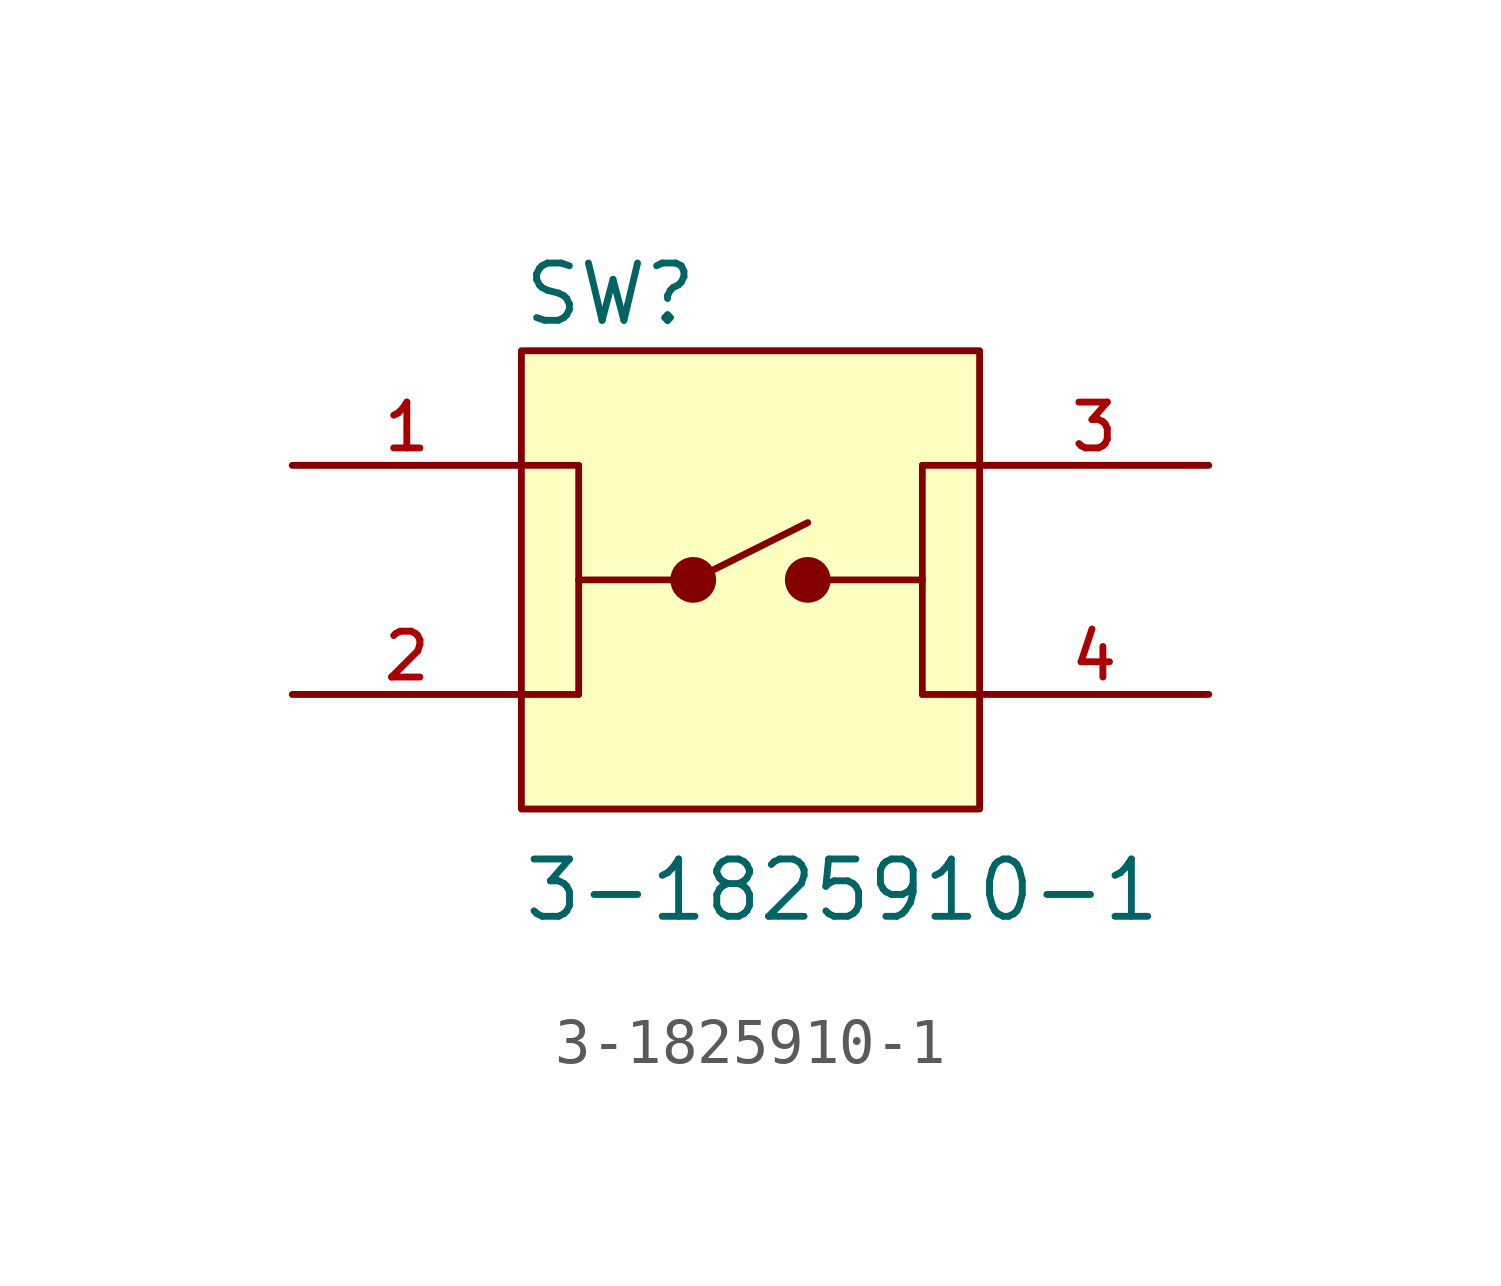
<source format=kicad_sym>
(kicad_symbol_lib
  (version 20211014)
  (generator kicad_symbol_editor)
  (symbol "3-1825910-1"
    (pin_names
      (offset 1.016))
    (property "Reference" "SW"
      (at -5.084 5.592 0)
      (effects (font (size 1.27 1.27)) (justify bottom left)))
    (property "Value" "3-1825910-1"
      (at -5.081 -7.622 0)
      (effects (font (size 1.27 1.27)) (justify bottom left)))
    (symbol "3-1825910-1_0_0"
      (polyline (pts (xy -1.27 0.0) (xy 1.27 1.27)) (stroke (width 0.152)))
      (circle (center -1.27 0.0) (radius 0.254) (stroke (width 0.508)) (fill (type none)))
      (circle (center 1.27 0.0) (radius 0.254) (stroke (width 0.508)) (fill (type none)))
      (polyline (pts (xy -5.08 2.54) (xy -3.81 2.54)) (stroke (width 0.15)))
      (polyline (pts (xy -3.81 2.54) (xy -3.81 0.0)) (stroke (width 0.15)))
      (polyline (pts (xy -3.81 0.0) (xy -3.81 -2.54)) (stroke (width 0.15)))
      (polyline (pts (xy -3.81 -2.54) (xy -5.08 -2.54)) (stroke (width 0.15)))
      (polyline (pts (xy -3.81 0.0) (xy -1.27 0.0)) (stroke (width 0.15)))
      (polyline (pts (xy 1.27 0.0) (xy 3.81 0.0)) (stroke (width 0.15)))
      (polyline (pts (xy 3.81 0.0) (xy 3.81 2.54)) (stroke (width 0.15)))
      (polyline (pts (xy 3.81 2.54) (xy 5.08 2.54)) (stroke (width 0.15)))
      (polyline (pts (xy 3.81 0.0) (xy 3.81 -2.54)) (stroke (width 0.15)))
      (polyline (pts (xy 3.81 -2.54) (xy 5.08 -2.54)) (stroke (width 0.15)))
      (rectangle (start -5.08 -5.08) (end 5.08 5.08) (stroke (width 0.152)) (fill (type background)))
      (pin passive line (at -10.16 2.54 0) (length 5.08) (name "~" (effects (font (size 1.016 1.016)))) (number "1" (effects (font (size 1.016 1.016)))))
      (pin passive line (at -10.16 -2.54 0) (length 5.08) (name "~" (effects (font (size 1.016 1.016)))) (number "2" (effects (font (size 1.016 1.016)))))
      (pin passive line (at 10.16 2.54 180.0) (length 5.08) (name "~" (effects (font (size 1.016 1.016)))) (number "3" (effects (font (size 1.016 1.016)))))
      (pin passive line (at 10.16 -2.54 180.0) (length 5.08) (name "~" (effects (font (size 1.016 1.016)))) (number "4" (effects (font (size 1.016 1.016))))))))
</source>
